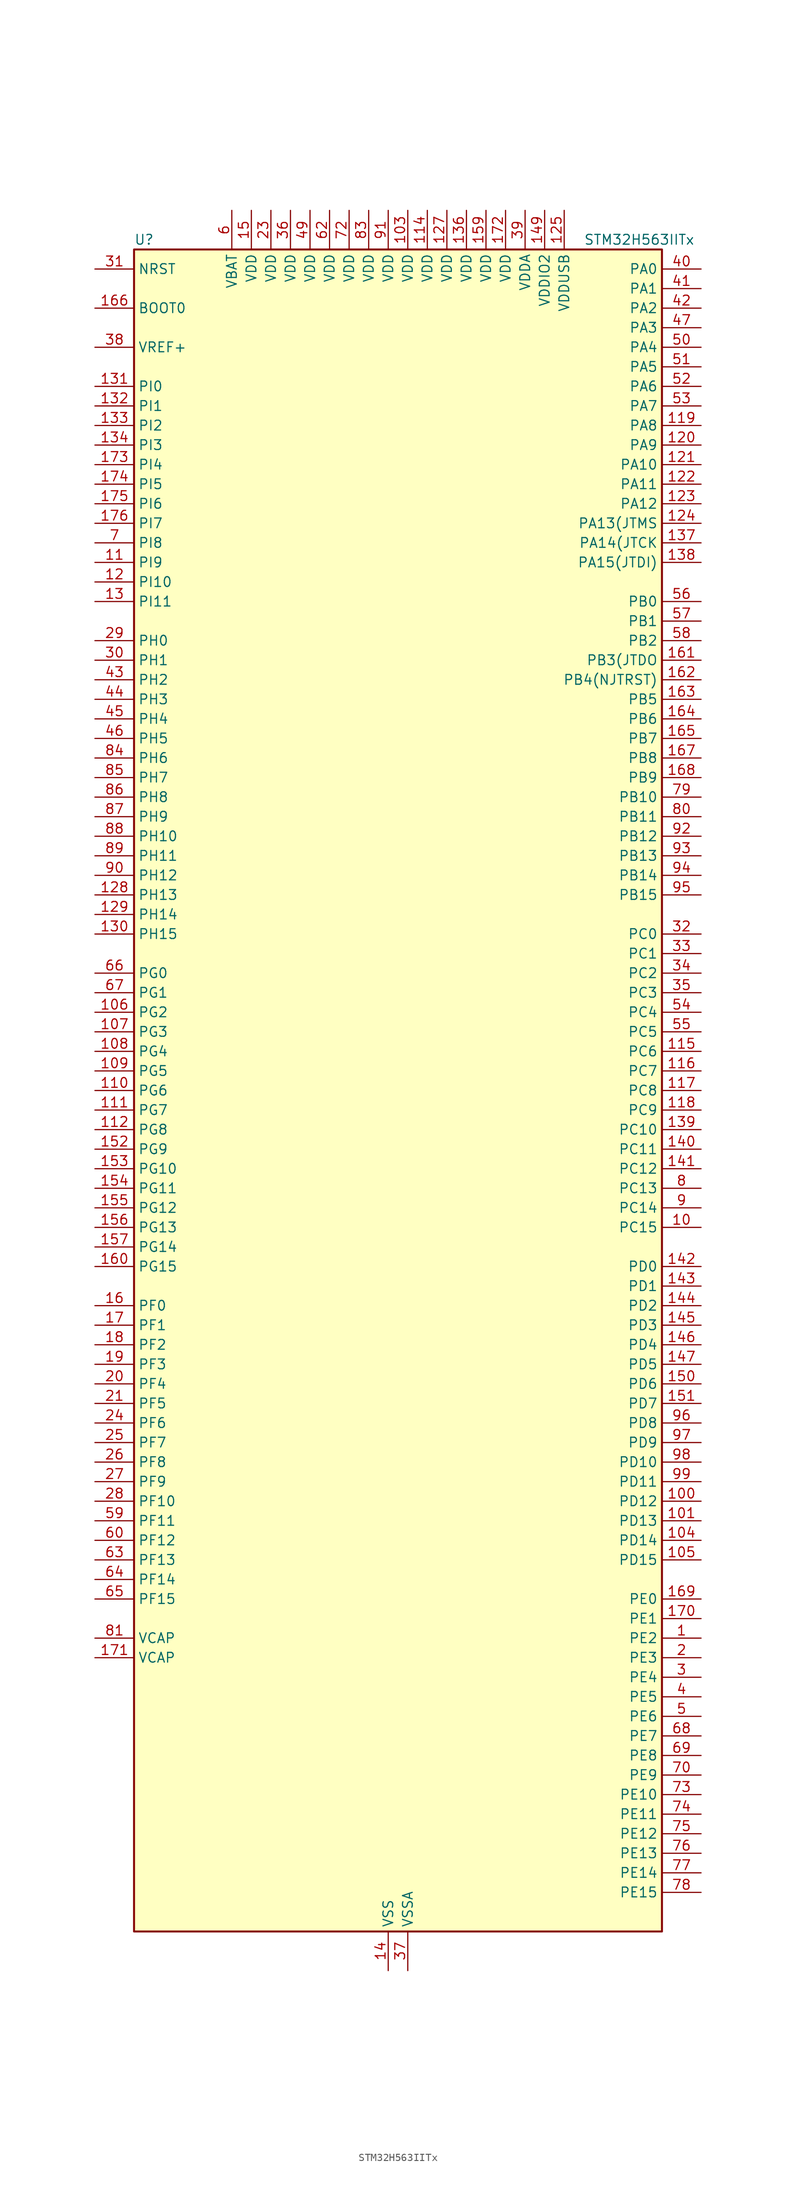
<source format=kicad_sym>
(kicad_symbol_lib
  (version 20231120)
  (generator "kicad-library-utils")
  (generator_version "8.0")
  (symbol "STM32H563IITx"
    (property "Reference" "U"
      (at -33.02 110.49 0)
      (effects (font (size 1.27 1.27)) (justify left)))
    (property "Value" "STM32H563IITx"
      (at 25.4 110.49 0)
      (effects (font (size 1.27 1.27)) (justify left)))
    (symbol "STM32H563IITx_0_1"
      (rectangle (start -33.02 -109.22) (end 35.56 109.22) (stroke (width 0.254) (type default)) (fill (type background))))
    (symbol "STM32H563IITx_1_1"
      (pin bidirectional line (at 40.64 -71.12 180) (length 5.08) (name "PE2" (effects (font (size 1.27 1.27)))) (number "1" (effects (font (size 1.27 1.27)))) (alternate "DCMI_D3" bidirectional line) (alternate "DEBUG_TRACECLK" bidirectional line) (alternate "ETH_TXD3" bidirectional line) (alternate "FMC_A23" bidirectional line) (alternate "LPTIM1_IN2" bidirectional line) (alternate "OCTOSPI1_IO2" bidirectional line) (alternate "PSSI_D3" bidirectional line) (alternate "SAI1_CK1" bidirectional line) (alternate "SAI1_MCLK_A" bidirectional line) (alternate "SPI4_SCK" bidirectional line) (alternate "UART8_TX" bidirectional line) (alternate "USART10_RX" bidirectional line))
      (pin bidirectional line (at 40.64 -17.78 180) (length 5.08) (name "PC15" (effects (font (size 1.27 1.27)))) (number "10" (effects (font (size 1.27 1.27)))) (alternate "ADC1_EXTI15" bidirectional line) (alternate "ADC2_EXTI15" bidirectional line) (alternate "RCC_OSC32_OUT" bidirectional line))
      (pin bidirectional line (at 40.64 -53.34 180) (length 5.08) (name "PD12" (effects (font (size 1.27 1.27)))) (number "100" (effects (font (size 1.27 1.27)))) (alternate "DCMI_D12" bidirectional line) (alternate "FMC_A17" bidirectional line) (alternate "FMC_ALE" bidirectional line) (alternate "I2C4_SCL" bidirectional line) (alternate "I3C1_SCL" bidirectional line) (alternate "LPTIM1_IN1" bidirectional line) (alternate "LPTIM2_IN1" bidirectional line) (alternate "OCTOSPI1_IO1" bidirectional line) (alternate "PSSI_D12" bidirectional line) (alternate "SAI1_D1" bidirectional line) (alternate "SAI2_FS_A" bidirectional line) (alternate "TIM4_CH1" bidirectional line) (alternate "UART4_TX" bidirectional line) (alternate "USART3_RTS" bidirectional line))
      (pin bidirectional line (at 40.64 -55.88 180) (length 5.08) (name "PD13" (effects (font (size 1.27 1.27)))) (number "101" (effects (font (size 1.27 1.27)))) (alternate "DCMI_D13" bidirectional line) (alternate "FMC_A18" bidirectional line) (alternate "I2C4_SDA" bidirectional line) (alternate "I3C1_SDA" bidirectional line) (alternate "LPTIM1_CH1" bidirectional line) (alternate "LPTIM2_CH1" bidirectional line) (alternate "LPTIM4_IN1" bidirectional line) (alternate "OCTOSPI1_IO3" bidirectional line) (alternate "PSSI_D13" bidirectional line) (alternate "SAI2_SCK_A" bidirectional line) (alternate "TIM4_CH2" bidirectional line) (alternate "UART9_RTS" bidirectional line))
      (pin passive line (at 0 -114.3 90) (length 5.08) hide (name "VSS" (effects (font (size 1.27 1.27)))) (number "102" (effects (font (size 1.27 1.27)))))
      (pin power_in line (at 2.54 114.3 270) (length 5.08) (name "VDD" (effects (font (size 1.27 1.27)))) (number "103" (effects (font (size 1.27 1.27)))))
      (pin bidirectional line (at 40.64 -58.42 180) (length 5.08) (name "PD14" (effects (font (size 1.27 1.27)))) (number "104" (effects (font (size 1.27 1.27)))) (alternate "FMC_D0" bidirectional line) (alternate "FMC_DA0" bidirectional line) (alternate "TIM4_CH3" bidirectional line) (alternate "UART8_CTS" bidirectional line) (alternate "UART9_RX" bidirectional line))
      (pin bidirectional line (at 40.64 -60.96 180) (length 5.08) (name "PD15" (effects (font (size 1.27 1.27)))) (number "105" (effects (font (size 1.27 1.27)))) (alternate "ADC1_EXTI15" bidirectional line) (alternate "ADC2_EXTI15" bidirectional line) (alternate "FMC_D1" bidirectional line) (alternate "FMC_DA1" bidirectional line) (alternate "TIM4_CH4" bidirectional line) (alternate "UART8_RTS" bidirectional line) (alternate "UART9_TX" bidirectional line))
      (pin bidirectional line (at -38.1 10.16 0) (length 5.08) (name "PG2" (effects (font (size 1.27 1.27)))) (number "106" (effects (font (size 1.27 1.27)))) (alternate "FMC_A12" bidirectional line) (alternate "LPTIM6_ETR" bidirectional line) (alternate "TIM8_BKIN" bidirectional line) (alternate "UART12_RX" bidirectional line))
      (pin bidirectional line (at -38.1 7.62 0) (length 5.08) (name "PG3" (effects (font (size 1.27 1.27)))) (number "107" (effects (font (size 1.27 1.27)))) (alternate "FMC_A13" bidirectional line) (alternate "LPTIM5_ETR" bidirectional line) (alternate "TIM8_BKIN2" bidirectional line) (alternate "UART12_TX" bidirectional line))
      (pin bidirectional line (at -38.1 5.08 0) (length 5.08) (name "PG4" (effects (font (size 1.27 1.27)))) (number "108" (effects (font (size 1.27 1.27)))) (alternate "FMC_A14" bidirectional line) (alternate "FMC_BA0" bidirectional line) (alternate "LPTIM4_ETR" bidirectional line) (alternate "TIM1_BKIN2" bidirectional line))
      (pin bidirectional line (at -38.1 2.54 0) (length 5.08) (name "PG5" (effects (font (size 1.27 1.27)))) (number "109" (effects (font (size 1.27 1.27)))) (alternate "FMC_A15" bidirectional line) (alternate "FMC_BA1" bidirectional line) (alternate "TIM1_ETR" bidirectional line))
      (pin bidirectional line (at -38.1 68.58 0) (length 5.08) (name "PI9" (effects (font (size 1.27 1.27)))) (number "11" (effects (font (size 1.27 1.27)))) (alternate "DAC1_EXTI9" bidirectional line) (alternate "FDCAN1_RX" bidirectional line) (alternate "UART4_RX" bidirectional line))
      (pin bidirectional line (at -38.1 0 0) (length 5.08) (name "PG6" (effects (font (size 1.27 1.27)))) (number "110" (effects (font (size 1.27 1.27)))) (alternate "DCMI_D12" bidirectional line) (alternate "FMC_NE3" bidirectional line) (alternate "I2C4_SDA" bidirectional line) (alternate "I3C1_SDA" bidirectional line) (alternate "OCTOSPI1_NCS" bidirectional line) (alternate "PSSI_D12" bidirectional line) (alternate "SPI1_RDY" bidirectional line) (alternate "TIM17_BKIN" bidirectional line) (alternate "UCPD1_FRSTX" bidirectional line))
      (pin bidirectional line (at -38.1 -2.54 0) (length 5.08) (name "PG7" (effects (font (size 1.27 1.27)))) (number "111" (effects (font (size 1.27 1.27)))) (alternate "DCMI_D13" bidirectional line) (alternate "FMC_INT" bidirectional line) (alternate "I2C4_SCL" bidirectional line) (alternate "I3C1_SCL" bidirectional line) (alternate "PSSI_D13" bidirectional line) (alternate "SAI1_CK2" bidirectional line) (alternate "SAI1_MCLK_A" bidirectional line) (alternate "UCPD1_FRSTX" bidirectional line) (alternate "USART6_CK" bidirectional line))
      (pin bidirectional line (at -38.1 -5.08 0) (length 5.08) (name "PG8" (effects (font (size 1.27 1.27)))) (number "112" (effects (font (size 1.27 1.27)))) (alternate "ETH_PPS_OUT" bidirectional line) (alternate "FMC_SDCLK" bidirectional line) (alternate "SPI6_NSS" bidirectional line) (alternate "TIM8_ETR" bidirectional line) (alternate "USART6_RTS" bidirectional line))
      (pin passive line (at 0 -114.3 90) (length 5.08) hide (name "VSS" (effects (font (size 1.27 1.27)))) (number "113" (effects (font (size 1.27 1.27)))))
      (pin power_in line (at 5.08 114.3 270) (length 5.08) (name "VDD" (effects (font (size 1.27 1.27)))) (number "114" (effects (font (size 1.27 1.27)))))
      (pin bidirectional line (at 40.64 5.08 180) (length 5.08) (name "PC6" (effects (font (size 1.27 1.27)))) (number "115" (effects (font (size 1.27 1.27)))) (alternate "DCMI_D0" bidirectional line) (alternate "FMC_NWAIT" bidirectional line) (alternate "I2S2_MCK" bidirectional line) (alternate "OCTOSPI1_IO5" bidirectional line) (alternate "PSSI_D0" bidirectional line) (alternate "SAI1_SCK_A" bidirectional line) (alternate "SDMMC1_D0DIR" bidirectional line) (alternate "SDMMC1_D6" bidirectional line) (alternate "SDMMC2_D6" bidirectional line) (alternate "TIM3_CH1" bidirectional line) (alternate "TIM8_CH1" bidirectional line) (alternate "USART6_TX" bidirectional line))
      (pin bidirectional line (at 40.64 2.54 180) (length 5.08) (name "PC7" (effects (font (size 1.27 1.27)))) (number "116" (effects (font (size 1.27 1.27)))) (alternate "DCMI_D1" bidirectional line) (alternate "DEBUG_TRGIO" bidirectional line) (alternate "FMC_NE1" bidirectional line) (alternate "I2S3_MCK" bidirectional line) (alternate "OCTOSPI1_IO6" bidirectional line) (alternate "PSSI_D1" bidirectional line) (alternate "SDMMC1_D123DIR" bidirectional line) (alternate "SDMMC1_D7" bidirectional line) (alternate "SDMMC2_D7" bidirectional line) (alternate "TIM3_CH2" bidirectional line) (alternate "TIM8_CH2" bidirectional line) (alternate "USART6_RX" bidirectional line))
      (pin bidirectional line (at 40.64 0 180) (length 5.08) (name "PC8" (effects (font (size 1.27 1.27)))) (number "117" (effects (font (size 1.27 1.27)))) (alternate "DCMI_D2" bidirectional line) (alternate "DEBUG_TRACED1" bidirectional line) (alternate "FMC_ALE" bidirectional line) (alternate "FMC_INT" bidirectional line) (alternate "FMC_NCE" bidirectional line) (alternate "FMC_NE2" bidirectional line) (alternate "PSSI_D2" bidirectional line) (alternate "SDMMC1_D0" bidirectional line) (alternate "TIM3_CH3" bidirectional line) (alternate "TIM8_CH3" bidirectional line) (alternate "UART5_DE" bidirectional line) (alternate "UART5_RTS" bidirectional line) (alternate "USART6_CK" bidirectional line))
      (pin bidirectional line (at 40.64 -2.54 180) (length 5.08) (name "PC9" (effects (font (size 1.27 1.27)))) (number "118" (effects (font (size 1.27 1.27)))) (alternate "AUDIOCLK" bidirectional line) (alternate "DAC1_EXTI9" bidirectional line) (alternate "DCMI_D3" bidirectional line) (alternate "FMC_CLE" bidirectional line) (alternate "I2C3_SDA" bidirectional line) (alternate "OCTOSPI1_IO0" bidirectional line) (alternate "PSSI_D3" bidirectional line) (alternate "RCC_MCO_2" bidirectional line) (alternate "SDMMC1_D1" bidirectional line) (alternate "TIM3_CH4" bidirectional line) (alternate "TIM8_CH4" bidirectional line) (alternate "UART5_CTS" bidirectional line) (alternate "UCPD1_DB2" bidirectional line))
      (pin bidirectional line (at 40.64 86.36 180) (length 5.08) (name "PA8" (effects (font (size 1.27 1.27)))) (number "119" (effects (font (size 1.27 1.27)))) (alternate "DCMI_D3" bidirectional line) (alternate "FMC_NOE" bidirectional line) (alternate "I2C3_SCL" bidirectional line) (alternate "PSSI_D3" bidirectional line) (alternate "RCC_MCO_1" bidirectional line) (alternate "SPI1_RDY" bidirectional line) (alternate "TIM1_CH1" bidirectional line) (alternate "TIM8_BKIN2" bidirectional line) (alternate "UART7_RX" bidirectional line) (alternate "USART1_CK" bidirectional line) (alternate "USB_SOF" bidirectional line))
      (pin bidirectional line (at -38.1 66.04 0) (length 5.08) (name "PI10" (effects (font (size 1.27 1.27)))) (number "12" (effects (font (size 1.27 1.27)))) (alternate "ETH_RX_ER" bidirectional line) (alternate "FDCAN1_RX" bidirectional line) (alternate "PSSI_D14" bidirectional line))
      (pin bidirectional line (at 40.64 83.82 180) (length 5.08) (name "PA9" (effects (font (size 1.27 1.27)))) (number "120" (effects (font (size 1.27 1.27)))) (alternate "DAC1_EXTI9" bidirectional line) (alternate "DCMI_D0" bidirectional line) (alternate "ETH_TX_ER" bidirectional line) (alternate "FMC_NWE" bidirectional line) (alternate "I2C3_SMBA" bidirectional line) (alternate "I2S2_CK" bidirectional line) (alternate "LPUART1_TX" bidirectional line) (alternate "PSSI_D0" bidirectional line) (alternate "SPI2_SCK" bidirectional line) (alternate "TIM1_CH2" bidirectional line) (alternate "UCPD1_DB1" bidirectional line) (alternate "USART1_TX" bidirectional line))
      (pin bidirectional line (at 40.64 81.28 180) (length 5.08) (name "PA10" (effects (font (size 1.27 1.27)))) (number "121" (effects (font (size 1.27 1.27)))) (alternate "DCMI_D1" bidirectional line) (alternate "FDCAN2_TX" bidirectional line) (alternate "LPTIM2_IN2" bidirectional line) (alternate "LPUART1_RX" bidirectional line) (alternate "PSSI_D1" bidirectional line) (alternate "SDMMC1_D0" bidirectional line) (alternate "TIM1_CH3" bidirectional line) (alternate "UCPD1_FRSTX" bidirectional line) (alternate "USART1_RX" bidirectional line))
      (pin bidirectional line (at 40.64 78.74 180) (length 5.08) (name "PA11" (effects (font (size 1.27 1.27)))) (number "122" (effects (font (size 1.27 1.27)))) (alternate "ADC1_EXTI11" bidirectional line) (alternate "ADC2_EXTI11" bidirectional line) (alternate "FDCAN1_RX" bidirectional line) (alternate "I2S2_WS" bidirectional line) (alternate "LPUART1_CTS" bidirectional line) (alternate "SPI2_NSS" bidirectional line) (alternate "TIM1_CH4" bidirectional line) (alternate "UART4_RX" bidirectional line) (alternate "USART1_CTS" bidirectional line) (alternate "USART1_NSS" bidirectional line) (alternate "USB_DM" bidirectional line))
      (pin bidirectional line (at 40.64 76.2 180) (length 5.08) (name "PA12" (effects (font (size 1.27 1.27)))) (number "123" (effects (font (size 1.27 1.27)))) (alternate "FDCAN1_TX" bidirectional line) (alternate "I2S2_CK" bidirectional line) (alternate "LPUART1_RTS" bidirectional line) (alternate "SAI2_FS_B" bidirectional line) (alternate "SPI2_SCK" bidirectional line) (alternate "TIM1_ETR" bidirectional line) (alternate "UART4_TX" bidirectional line) (alternate "USART1_RTS" bidirectional line) (alternate "USB_DP" bidirectional line))
      (pin bidirectional line (at 40.64 73.66 180) (length 5.08) (name "PA13(JTMS" (effects (font (size 1.27 1.27)))) (number "124" (effects (font (size 1.27 1.27)))) (alternate "DEBUG_JTMS-SWDIO" bidirectional line))
      (pin power_in line (at 22.86 114.3 270) (length 5.08) (name "VDDUSB" (effects (font (size 1.27 1.27)))) (number "125" (effects (font (size 1.27 1.27)))))
      (pin passive line (at 0 -114.3 90) (length 5.08) hide (name "VSS" (effects (font (size 1.27 1.27)))) (number "126" (effects (font (size 1.27 1.27)))))
      (pin power_in line (at 7.62 114.3 270) (length 5.08) (name "VDD" (effects (font (size 1.27 1.27)))) (number "127" (effects (font (size 1.27 1.27)))))
      (pin bidirectional line (at -38.1 25.4 0) (length 5.08) (name "PH13" (effects (font (size 1.27 1.27)))) (number "128" (effects (font (size 1.27 1.27)))) (alternate "DCMI_D3" bidirectional line) (alternate "FDCAN1_TX" bidirectional line) (alternate "LPTIM1_IN2" bidirectional line) (alternate "PSSI_D3" bidirectional line) (alternate "TIM8_CH1N" bidirectional line) (alternate "UART4_TX" bidirectional line) (alternate "UART8_TX" bidirectional line))
      (pin bidirectional line (at -38.1 22.86 0) (length 5.08) (name "PH14" (effects (font (size 1.27 1.27)))) (number "129" (effects (font (size 1.27 1.27)))) (alternate "DCMI_D4" bidirectional line) (alternate "FDCAN1_RX" bidirectional line) (alternate "PSSI_D4" bidirectional line) (alternate "TIM8_CH2N" bidirectional line) (alternate "UART4_RX" bidirectional line))
      (pin bidirectional line (at -38.1 63.5 0) (length 5.08) (name "PI11" (effects (font (size 1.27 1.27)))) (number "13" (effects (font (size 1.27 1.27)))) (alternate "ADC1_EXTI11" bidirectional line) (alternate "ADC2_EXTI11" bidirectional line) (alternate "PSSI_D15" bidirectional line) (alternate "TAMP_IN4" bidirectional line) (alternate "TAMP_OUT5" bidirectional line))
      (pin bidirectional line (at -38.1 20.32 0) (length 5.08) (name "PH15" (effects (font (size 1.27 1.27)))) (number "130" (effects (font (size 1.27 1.27)))) (alternate "ADC1_EXTI15" bidirectional line) (alternate "ADC2_EXTI15" bidirectional line) (alternate "DCMI_D11" bidirectional line) (alternate "PSSI_D11" bidirectional line) (alternate "TIM8_CH3N" bidirectional line))
      (pin bidirectional line (at -38.1 91.44 0) (length 5.08) (name "PI0" (effects (font (size 1.27 1.27)))) (number "131" (effects (font (size 1.27 1.27)))) (alternate "DCMI_D13" bidirectional line) (alternate "I2S2_WS" bidirectional line) (alternate "PSSI_D13" bidirectional line) (alternate "SPI2_NSS" bidirectional line) (alternate "TIM5_CH4" bidirectional line))
      (pin bidirectional line (at -38.1 88.9 0) (length 5.08) (name "PI1" (effects (font (size 1.27 1.27)))) (number "132" (effects (font (size 1.27 1.27)))) (alternate "DCMI_D8" bidirectional line) (alternate "I2S2_CK" bidirectional line) (alternate "PSSI_D8" bidirectional line) (alternate "SPI2_SCK" bidirectional line) (alternate "TIM8_BKIN2" bidirectional line))
      (pin bidirectional line (at -38.1 86.36 0) (length 5.08) (name "PI2" (effects (font (size 1.27 1.27)))) (number "133" (effects (font (size 1.27 1.27)))) (alternate "DCMI_D9" bidirectional line) (alternate "I2S2_SDI" bidirectional line) (alternate "PSSI_D9" bidirectional line) (alternate "SPI2_MISO" bidirectional line) (alternate "TIM8_CH4" bidirectional line))
      (pin bidirectional line (at -38.1 83.82 0) (length 5.08) (name "PI3" (effects (font (size 1.27 1.27)))) (number "134" (effects (font (size 1.27 1.27)))) (alternate "DCMI_D10" bidirectional line) (alternate "I2S2_SDO" bidirectional line) (alternate "PSSI_D10" bidirectional line) (alternate "SPI2_MOSI" bidirectional line) (alternate "TIM8_ETR" bidirectional line))
      (pin passive line (at 0 -114.3 90) (length 5.08) hide (name "VSS" (effects (font (size 1.27 1.27)))) (number "135" (effects (font (size 1.27 1.27)))))
      (pin power_in line (at 10.16 114.3 270) (length 5.08) (name "VDD" (effects (font (size 1.27 1.27)))) (number "136" (effects (font (size 1.27 1.27)))))
      (pin bidirectional line (at 40.64 71.12 180) (length 5.08) (name "PA14(JTCK" (effects (font (size 1.27 1.27)))) (number "137" (effects (font (size 1.27 1.27)))) (alternate "DEBUG_JTCK-SWCLK" bidirectional line))
      (pin bidirectional line (at 40.64 68.58 180) (length 5.08) (name "PA15(JTDI)" (effects (font (size 1.27 1.27)))) (number "138" (effects (font (size 1.27 1.27)))) (alternate "ADC1_EXTI15" bidirectional line) (alternate "ADC2_EXTI15" bidirectional line) (alternate "CEC" bidirectional line) (alternate "DCMI_D11" bidirectional line) (alternate "DEBUG_JTDI" bidirectional line) (alternate "FMC_NBL1" bidirectional line) (alternate "I2S1_WS" bidirectional line) (alternate "I2S3_WS" bidirectional line) (alternate "LPTIM3_IN2" bidirectional line) (alternate "PSSI_D11" bidirectional line) (alternate "SPI1_NSS" bidirectional line) (alternate "SPI3_NSS" bidirectional line) (alternate "SPI6_NSS" bidirectional line) (alternate "TIM2_CH1" bidirectional line) (alternate "TIM2_ETR" bidirectional line) (alternate "UART4_DE" bidirectional line) (alternate "UART4_RTS" bidirectional line) (alternate "UART7_TX" bidirectional line))
      (pin bidirectional line (at 40.64 -5.08 180) (length 5.08) (name "PC10" (effects (font (size 1.27 1.27)))) (number "139" (effects (font (size 1.27 1.27)))) (alternate "DCMI_D8" bidirectional line) (alternate "ETH_TXD0" bidirectional line) (alternate "I2S3_CK" bidirectional line) (alternate "LPTIM3_ETR" bidirectional line) (alternate "OCTOSPI1_IO1" bidirectional line) (alternate "PSSI_D8" bidirectional line) (alternate "SDMMC1_D2" bidirectional line) (alternate "SPI3_SCK" bidirectional line) (alternate "UART4_TX" bidirectional line) (alternate "USART3_TX" bidirectional line))
      (pin power_in line (at 0 -114.3 90) (length 5.08) (name "VSS" (effects (font (size 1.27 1.27)))) (number "14" (effects (font (size 1.27 1.27)))))
      (pin bidirectional line (at 40.64 -7.62 180) (length 5.08) (name "PC11" (effects (font (size 1.27 1.27)))) (number "140" (effects (font (size 1.27 1.27)))) (alternate "ADC1_EXTI11" bidirectional line) (alternate "ADC2_EXTI11" bidirectional line) (alternate "DCMI_D4" bidirectional line) (alternate "I2S3_SDI" bidirectional line) (alternate "LPTIM3_IN1" bidirectional line) (alternate "OCTOSPI1_NCS" bidirectional line) (alternate "PSSI_D4" bidirectional line) (alternate "SDMMC1_D3" bidirectional line) (alternate "SPI3_MISO" bidirectional line) (alternate "UART4_RX" bidirectional line) (alternate "USART3_RX" bidirectional line))
      (pin bidirectional line (at 40.64 -10.16 180) (length 5.08) (name "PC12" (effects (font (size 1.27 1.27)))) (number "141" (effects (font (size 1.27 1.27)))) (alternate "DCMI_D9" bidirectional line) (alternate "DEBUG_TRACED3" bidirectional line) (alternate "I2S3_SDO" bidirectional line) (alternate "PSSI_D9" bidirectional line) (alternate "SDMMC1_CK" bidirectional line) (alternate "SPI3_MOSI" bidirectional line) (alternate "SPI6_SCK" bidirectional line) (alternate "TIM15_CH1" bidirectional line) (alternate "UART5_TX" bidirectional line) (alternate "USART3_CK" bidirectional line))
      (pin bidirectional line (at 40.64 -22.86 180) (length 5.08) (name "PD0" (effects (font (size 1.27 1.27)))) (number "142" (effects (font (size 1.27 1.27)))) (alternate "FDCAN1_RX" bidirectional line) (alternate "FMC_D2" bidirectional line) (alternate "FMC_DA2" bidirectional line) (alternate "TIM8_CH4N" bidirectional line) (alternate "UART4_RX" bidirectional line) (alternate "UART9_CTS" bidirectional line))
      (pin bidirectional line (at 40.64 -25.4 180) (length 5.08) (name "PD1" (effects (font (size 1.27 1.27)))) (number "143" (effects (font (size 1.27 1.27)))) (alternate "FDCAN1_TX" bidirectional line) (alternate "FMC_D3" bidirectional line) (alternate "FMC_DA3" bidirectional line) (alternate "UART4_TX" bidirectional line))
      (pin bidirectional line (at 40.64 -27.94 180) (length 5.08) (name "PD2" (effects (font (size 1.27 1.27)))) (number "144" (effects (font (size 1.27 1.27)))) (alternate "DCMI_D11" bidirectional line) (alternate "DEBUG_TRACED2" bidirectional line) (alternate "LPTIM4_ETR" bidirectional line) (alternate "PSSI_D11" bidirectional line) (alternate "PWR_WKUP7" bidirectional line) (alternate "SDMMC1_CMD" bidirectional line) (alternate "TIM15_BKIN" bidirectional line) (alternate "TIM3_ETR" bidirectional line) (alternate "UART5_RX" bidirectional line))
      (pin bidirectional line (at 40.64 -30.48 180) (length 5.08) (name "PD3" (effects (font (size 1.27 1.27)))) (number "145" (effects (font (size 1.27 1.27)))) (alternate "DCMI_D5" bidirectional line) (alternate "FMC_CLK" bidirectional line) (alternate "I2S2_CK" bidirectional line) (alternate "PSSI_D5" bidirectional line) (alternate "PWR_WKUP8" bidirectional line) (alternate "SPI2_SCK" bidirectional line) (alternate "USART2_CTS" bidirectional line) (alternate "USART2_NSS" bidirectional line))
      (pin bidirectional line (at 40.64 -33.02 180) (length 5.08) (name "PD4" (effects (font (size 1.27 1.27)))) (number "146" (effects (font (size 1.27 1.27)))) (alternate "FMC_NOE" bidirectional line) (alternate "OCTOSPI1_IO4" bidirectional line) (alternate "USART2_RTS" bidirectional line))
      (pin bidirectional line (at 40.64 -35.56 180) (length 5.08) (name "PD5" (effects (font (size 1.27 1.27)))) (number "147" (effects (font (size 1.27 1.27)))) (alternate "FDCAN1_TX" bidirectional line) (alternate "FMC_NWE" bidirectional line) (alternate "OCTOSPI1_IO5" bidirectional line) (alternate "SPI2_RDY" bidirectional line) (alternate "TIM1_CH4N" bidirectional line) (alternate "USART2_TX" bidirectional line))
      (pin passive line (at 0 -114.3 90) (length 5.08) hide (name "VSS" (effects (font (size 1.27 1.27)))) (number "148" (effects (font (size 1.27 1.27)))))
      (pin power_in line (at 20.32 114.3 270) (length 5.08) (name "VDDIO2" (effects (font (size 1.27 1.27)))) (number "149" (effects (font (size 1.27 1.27)))))
      (pin power_in line (at -17.78 114.3 270) (length 5.08) (name "VDD" (effects (font (size 1.27 1.27)))) (number "15" (effects (font (size 1.27 1.27)))))
      (pin bidirectional line (at 40.64 -38.1 180) (length 5.08) (name "PD6" (effects (font (size 1.27 1.27)))) (number "150" (effects (font (size 1.27 1.27)))) (alternate "DCMI_D10" bidirectional line) (alternate "FMC_NWAIT" bidirectional line) (alternate "I2S3_SDO" bidirectional line) (alternate "OCTOSPI1_IO6" bidirectional line) (alternate "PSSI_D10" bidirectional line) (alternate "SAI1_D1" bidirectional line) (alternate "SAI1_SD_A" bidirectional line) (alternate "SDMMC2_CK" bidirectional line) (alternate "SPI3_MOSI" bidirectional line) (alternate "USART2_RX" bidirectional line))
      (pin bidirectional line (at 40.64 -40.64 180) (length 5.08) (name "PD7" (effects (font (size 1.27 1.27)))) (number "151" (effects (font (size 1.27 1.27)))) (alternate "FMC_NCE" bidirectional line) (alternate "FMC_NE1" bidirectional line) (alternate "I2S1_SDO" bidirectional line) (alternate "LPTIM4_OUT" bidirectional line) (alternate "OCTOSPI1_IO7" bidirectional line) (alternate "SDMMC2_CMD" bidirectional line) (alternate "SPI1_MOSI" bidirectional line) (alternate "USART2_CK" bidirectional line))
      (pin bidirectional line (at -38.1 -7.62 0) (length 5.08) (name "PG9" (effects (font (size 1.27 1.27)))) (number "152" (effects (font (size 1.27 1.27)))) (alternate "DAC1_EXTI9" bidirectional line) (alternate "DCMI_VSYNC" bidirectional line) (alternate "FMC_NCE" bidirectional line) (alternate "FMC_NE2" bidirectional line) (alternate "I2S1_SDI" bidirectional line) (alternate "OCTOSPI1_IO6" bidirectional line) (alternate "PSSI_RDY" bidirectional line) (alternate "SAI2_FS_B" bidirectional line) (alternate "SDMMC2_D0" bidirectional line) (alternate "SPI1_MISO" bidirectional line) (alternate "USART6_RX" bidirectional line))
      (pin bidirectional line (at -38.1 -10.16 0) (length 5.08) (name "PG10" (effects (font (size 1.27 1.27)))) (number "153" (effects (font (size 1.27 1.27)))) (alternate "DCMI_D2" bidirectional line) (alternate "FMC_NE3" bidirectional line) (alternate "I2S1_WS" bidirectional line) (alternate "PSSI_D2" bidirectional line) (alternate "SAI2_SD_B" bidirectional line) (alternate "SDMMC2_D1" bidirectional line) (alternate "SPI1_NSS" bidirectional line))
      (pin bidirectional line (at -38.1 -12.7 0) (length 5.08) (name "PG11" (effects (font (size 1.27 1.27)))) (number "154" (effects (font (size 1.27 1.27)))) (alternate "ADC1_EXTI11" bidirectional line) (alternate "ADC2_EXTI11" bidirectional line) (alternate "DCMI_D3" bidirectional line) (alternate "ETH_TX_EN" bidirectional line) (alternate "I2S1_CK" bidirectional line) (alternate "LPTIM1_IN2" bidirectional line) (alternate "PSSI_D3" bidirectional line) (alternate "SDMMC2_D2" bidirectional line) (alternate "SPI1_SCK" bidirectional line) (alternate "USART10_RX" bidirectional line) (alternate "USART11_RTS" bidirectional line))
      (pin bidirectional line (at -38.1 -15.24 0) (length 5.08) (name "PG12" (effects (font (size 1.27 1.27)))) (number "155" (effects (font (size 1.27 1.27)))) (alternate "DCMI_D11" bidirectional line) (alternate "ETH_TXD1" bidirectional line) (alternate "FMC_NE4" bidirectional line) (alternate "LPTIM1_IN1" bidirectional line) (alternate "LPTIM5_CH1" bidirectional line) (alternate "PSSI_D11" bidirectional line) (alternate "PSSI_D15" bidirectional line) (alternate "SDMMC2_D3" bidirectional line) (alternate "SPI6_MISO" bidirectional line) (alternate "USART10_TX" bidirectional line) (alternate "USART6_RTS" bidirectional line))
      (pin bidirectional line (at -38.1 -17.78 0) (length 5.08) (name "PG13" (effects (font (size 1.27 1.27)))) (number "156" (effects (font (size 1.27 1.27)))) (alternate "DEBUG_TRACED0" bidirectional line) (alternate "ETH_TXD0" bidirectional line) (alternate "FMC_A24" bidirectional line) (alternate "LPTIM1_CH1" bidirectional line) (alternate "LPTIM5_CH2" bidirectional line) (alternate "SDMMC2_D6" bidirectional line) (alternate "SPI6_SCK" bidirectional line) (alternate "USART10_CTS" bidirectional line) (alternate "USART10_NSS" bidirectional line) (alternate "USART6_CTS" bidirectional line) (alternate "USART6_NSS" bidirectional line))
      (pin bidirectional line (at -38.1 -20.32 0) (length 5.08) (name "PG14" (effects (font (size 1.27 1.27)))) (number "157" (effects (font (size 1.27 1.27)))) (alternate "DEBUG_TRACED1" bidirectional line) (alternate "ETH_TXD1" bidirectional line) (alternate "FMC_A25" bidirectional line) (alternate "LPTIM1_CH2" bidirectional line) (alternate "LPTIM1_ETR" bidirectional line) (alternate "LPTIM5_IN1" bidirectional line) (alternate "OCTOSPI1_IO7" bidirectional line) (alternate "SDMMC2_D7" bidirectional line) (alternate "SPI6_MOSI" bidirectional line) (alternate "USART10_RTS" bidirectional line) (alternate "USART6_TX" bidirectional line))
      (pin passive line (at 0 -114.3 90) (length 5.08) hide (name "VSS" (effects (font (size 1.27 1.27)))) (number "158" (effects (font (size 1.27 1.27)))))
      (pin power_in line (at 12.7 114.3 270) (length 5.08) (name "VDD" (effects (font (size 1.27 1.27)))) (number "159" (effects (font (size 1.27 1.27)))))
      (pin bidirectional line (at -38.1 -27.94 0) (length 5.08) (name "PF0" (effects (font (size 1.27 1.27)))) (number "16" (effects (font (size 1.27 1.27)))) (alternate "FMC_A0" bidirectional line) (alternate "I2C2_SDA" bidirectional line) (alternate "LPTIM5_CH1" bidirectional line))
      (pin bidirectional line (at -38.1 -22.86 0) (length 5.08) (name "PG15" (effects (font (size 1.27 1.27)))) (number "160" (effects (font (size 1.27 1.27)))) (alternate "ADC1_EXTI15" bidirectional line) (alternate "ADC2_EXTI15" bidirectional line) (alternate "DCMI_D13" bidirectional line) (alternate "FMC_SDNCAS" bidirectional line) (alternate "PSSI_D13" bidirectional line) (alternate "SPI4_RDY" bidirectional line) (alternate "USART10_CK" bidirectional line) (alternate "USART6_CTS" bidirectional line) (alternate "USART6_NSS" bidirectional line))
      (pin bidirectional line (at 40.64 55.88 180) (length 5.08) (name "PB3(JTDO" (effects (font (size 1.27 1.27)))) (number "161" (effects (font (size 1.27 1.27)))) (alternate "CRS_SYNC" bidirectional line) (alternate "DEBUG_JTDO-SWO" bidirectional line) (alternate "I2C2_SDA" bidirectional line) (alternate "I2S1_CK" bidirectional line) (alternate "I2S3_CK" bidirectional line) (alternate "LPTIM6_ETR" bidirectional line) (alternate "SDMMC2_D2" bidirectional line) (alternate "SPI1_SCK" bidirectional line) (alternate "SPI3_SCK" bidirectional line) (alternate "SPI6_SCK" bidirectional line) (alternate "TIM2_CH2" bidirectional line) (alternate "UART12_CTS" bidirectional line) (alternate "UART7_RX" bidirectional line))
      (pin bidirectional line (at 40.64 53.34 180) (length 5.08) (name "PB4(NJTRST)" (effects (font (size 1.27 1.27)))) (number "162" (effects (font (size 1.27 1.27)))) (alternate "DCMI_D7" bidirectional line) (alternate "DEBUG_JTRST" bidirectional line) (alternate "I2S1_SDI" bidirectional line) (alternate "I2S2_WS" bidirectional line) (alternate "I2S3_SDI" bidirectional line) (alternate "LPTIM1_CH2" bidirectional line) (alternate "OCTOSPI1_CLK" bidirectional line) (alternate "PSSI_D7" bidirectional line) (alternate "SDMMC2_D3" bidirectional line) (alternate "SPI1_MISO" bidirectional line) (alternate "SPI2_NSS" bidirectional line) (alternate "SPI3_MISO" bidirectional line) (alternate "SPI6_MISO" bidirectional line) (alternate "TIM16_BKIN" bidirectional line) (alternate "TIM3_CH1" bidirectional line) (alternate "UART7_TX" bidirectional line))
      (pin bidirectional line (at 40.64 50.8 180) (length 5.08) (name "PB5" (effects (font (size 1.27 1.27)))) (number "163" (effects (font (size 1.27 1.27)))) (alternate "DCMI_D10" bidirectional line) (alternate "ETH_PPS_OUT" bidirectional line) (alternate "FDCAN2_RX" bidirectional line) (alternate "FMC_SDCKE1" bidirectional line) (alternate "I2C1_SMBA" bidirectional line) (alternate "I2C4_SMBA" bidirectional line) (alternate "I2S1_SDO" bidirectional line) (alternate "I2S3_SDO" bidirectional line) (alternate "OCTOSPI1_NCLK" bidirectional line) (alternate "PSSI_D10" bidirectional line) (alternate "SPI1_MOSI" bidirectional line) (alternate "SPI3_MOSI" bidirectional line) (alternate "SPI6_MOSI" bidirectional line) (alternate "TIM17_BKIN" bidirectional line) (alternate "TIM3_CH2" bidirectional line) (alternate "UART5_RX" bidirectional line))
      (pin bidirectional line (at 40.64 48.26 180) (length 5.08) (name "PB6" (effects (font (size 1.27 1.27)))) (number "164" (effects (font (size 1.27 1.27)))) (alternate "CEC" bidirectional line) (alternate "DCMI_D5" bidirectional line) (alternate "FDCAN2_TX" bidirectional line) (alternate "FMC_SDNE1" bidirectional line) (alternate "I2C1_SCL" bidirectional line) (alternate "I2C4_SCL" bidirectional line) (alternate "I3C1_SCL" bidirectional line) (alternate "LPUART1_TX" bidirectional line) (alternate "OCTOSPI1_NCS" bidirectional line) (alternate "PSSI_D5" bidirectional line) (alternate "TIM16_CH1N" bidirectional line) (alternate "TIM4_CH1" bidirectional line) (alternate "UART5_TX" bidirectional line) (alternate "USART1_TX" bidirectional line))
      (pin bidirectional line (at 40.64 45.72 180) (length 5.08) (name "PB7" (effects (font (size 1.27 1.27)))) (number "165" (effects (font (size 1.27 1.27)))) (alternate "DCMI_VSYNC" bidirectional line) (alternate "FDCAN1_TX" bidirectional line) (alternate "FMC_NL" bidirectional line) (alternate "I2C1_SDA" bidirectional line) (alternate "I2C4_SDA" bidirectional line) (alternate "I3C1_SDA" bidirectional line) (alternate "LPUART1_RX" bidirectional line) (alternate "PSSI_RDY" bidirectional line) (alternate "PWR_WKUP5" bidirectional line) (alternate "SDMMC2_CKIN" bidirectional line) (alternate "SDMMC2_D5" bidirectional line) (alternate "TIM17_CH1N" bidirectional line) (alternate "TIM4_CH2" bidirectional line) (alternate "USART1_RX" bidirectional line))
      (pin input line (at -38.1 101.6 0) (length 5.08) (name "BOOT0" (effects (font (size 1.27 1.27)))) (number "166" (effects (font (size 1.27 1.27)))))
      (pin bidirectional line (at 40.64 43.18 180) (length 5.08) (name "PB8" (effects (font (size 1.27 1.27)))) (number "167" (effects (font (size 1.27 1.27)))) (alternate "DCMI_D6" bidirectional line) (alternate "ETH_TXD3" bidirectional line) (alternate "FDCAN1_RX" bidirectional line) (alternate "I2C1_SCL" bidirectional line) (alternate "I2C4_SCL" bidirectional line) (alternate "I3C1_SCL" bidirectional line) (alternate "PSSI_D6" bidirectional line) (alternate "SDMMC1_CKIN" bidirectional line) (alternate "SDMMC1_D4" bidirectional line) (alternate "SDMMC2_D4" bidirectional line) (alternate "SPI4_RDY" bidirectional line) (alternate "TIM16_CH1" bidirectional line) (alternate "TIM4_CH3" bidirectional line) (alternate "UART4_RX" bidirectional line))
      (pin bidirectional line (at 40.64 40.64 180) (length 5.08) (name "PB9" (effects (font (size 1.27 1.27)))) (number "168" (effects (font (size 1.27 1.27)))) (alternate "DAC1_EXTI9" bidirectional line) (alternate "DCMI_D7" bidirectional line) (alternate "FDCAN1_TX" bidirectional line) (alternate "I2C1_SDA" bidirectional line) (alternate "I2C4_SDA" bidirectional line) (alternate "I2S2_WS" bidirectional line) (alternate "I3C1_SDA" bidirectional line) (alternate "PSSI_D7" bidirectional line) (alternate "SDMMC1_CDIR" bidirectional line) (alternate "SDMMC1_D5" bidirectional line) (alternate "SDMMC2_CKIN" bidirectional line) (alternate "SDMMC2_D5" bidirectional line) (alternate "SPI2_NSS" bidirectional line) (alternate "TIM17_CH1" bidirectional line) (alternate "TIM4_CH4" bidirectional line) (alternate "UART4_TX" bidirectional line))
      (pin bidirectional line (at 40.64 -66.04 180) (length 5.08) (name "PE0" (effects (font (size 1.27 1.27)))) (number "169" (effects (font (size 1.27 1.27)))) (alternate "DCMI_D2" bidirectional line) (alternate "FDCAN1_RX" bidirectional line) (alternate "FMC_NBL0" bidirectional line) (alternate "LPTIM1_ETR" bidirectional line) (alternate "LPTIM2_CH2" bidirectional line) (alternate "LPTIM2_ETR" bidirectional line) (alternate "PSSI_D2" bidirectional line) (alternate "SAI2_MCLK_A" bidirectional line) (alternate "SPI3_RDY" bidirectional line) (alternate "TIM4_ETR" bidirectional line) (alternate "UART8_RX" bidirectional line))
      (pin bidirectional line (at -38.1 -30.48 0) (length 5.08) (name "PF1" (effects (font (size 1.27 1.27)))) (number "17" (effects (font (size 1.27 1.27)))) (alternate "FMC_A1" bidirectional line) (alternate "I2C2_SCL" bidirectional line) (alternate "LPTIM5_CH2" bidirectional line))
      (pin bidirectional line (at 40.64 -68.58 180) (length 5.08) (name "PE1" (effects (font (size 1.27 1.27)))) (number "170" (effects (font (size 1.27 1.27)))) (alternate "DCMI_D3" bidirectional line) (alternate "FDCAN1_TX" bidirectional line) (alternate "FMC_NBL1" bidirectional line) (alternate "LPTIM1_IN2" bidirectional line) (alternate "PSSI_D3" bidirectional line) (alternate "UART8_TX" bidirectional line))
      (pin power_out line (at -38.1 -73.66 0) (length 5.08) (name "VCAP" (effects (font (size 1.27 1.27)))) (number "171" (effects (font (size 1.27 1.27)))))
      (pin power_in line (at 15.24 114.3 270) (length 5.08) (name "VDD" (effects (font (size 1.27 1.27)))) (number "172" (effects (font (size 1.27 1.27)))))
      (pin bidirectional line (at -38.1 81.28 0) (length 5.08) (name "PI4" (effects (font (size 1.27 1.27)))) (number "173" (effects (font (size 1.27 1.27)))) (alternate "DCMI_D5" bidirectional line) (alternate "PSSI_D5" bidirectional line) (alternate "SAI2_MCLK_A" bidirectional line) (alternate "SPI2_RDY" bidirectional line) (alternate "TIM8_BKIN" bidirectional line))
      (pin bidirectional line (at -38.1 78.74 0) (length 5.08) (name "PI5" (effects (font (size 1.27 1.27)))) (number "174" (effects (font (size 1.27 1.27)))) (alternate "DCMI_VSYNC" bidirectional line) (alternate "PSSI_RDY" bidirectional line) (alternate "SAI2_SCK_A" bidirectional line) (alternate "TIM8_CH1" bidirectional line))
      (pin bidirectional line (at -38.1 76.2 0) (length 5.08) (name "PI6" (effects (font (size 1.27 1.27)))) (number "175" (effects (font (size 1.27 1.27)))) (alternate "DCMI_D6" bidirectional line) (alternate "PSSI_D6" bidirectional line) (alternate "SAI2_SD_A" bidirectional line) (alternate "TIM8_CH2" bidirectional line))
      (pin bidirectional line (at -38.1 73.66 0) (length 5.08) (name "PI7" (effects (font (size 1.27 1.27)))) (number "176" (effects (font (size 1.27 1.27)))) (alternate "DCMI_D7" bidirectional line) (alternate "PSSI_D7" bidirectional line) (alternate "SAI2_FS_A" bidirectional line) (alternate "TIM8_CH3" bidirectional line))
      (pin bidirectional line (at -38.1 -33.02 0) (length 5.08) (name "PF2" (effects (font (size 1.27 1.27)))) (number "18" (effects (font (size 1.27 1.27)))) (alternate "FMC_A2" bidirectional line) (alternate "I2C2_SMBA" bidirectional line) (alternate "LPTIM3_CH2" bidirectional line) (alternate "LPTIM3_IN2" bidirectional line) (alternate "LPTIM5_IN1" bidirectional line) (alternate "UART12_TX" bidirectional line) (alternate "USART11_CK" bidirectional line))
      (pin bidirectional line (at -38.1 -35.56 0) (length 5.08) (name "PF3" (effects (font (size 1.27 1.27)))) (number "19" (effects (font (size 1.27 1.27)))) (alternate "FMC_A3" bidirectional line) (alternate "LPTIM3_IN1" bidirectional line) (alternate "LPTIM5_IN2" bidirectional line) (alternate "USART11_TX" bidirectional line))
      (pin bidirectional line (at 40.64 -73.66 180) (length 5.08) (name "PE3" (effects (font (size 1.27 1.27)))) (number "2" (effects (font (size 1.27 1.27)))) (alternate "DEBUG_TRACED0" bidirectional line) (alternate "FMC_A19" bidirectional line) (alternate "SAI1_SD_B" bidirectional line) (alternate "TAMP_IN6" bidirectional line) (alternate "TAMP_OUT3" bidirectional line) (alternate "TIM15_BKIN" bidirectional line) (alternate "USART10_TX" bidirectional line))
      (pin bidirectional line (at -38.1 -38.1 0) (length 5.08) (name "PF4" (effects (font (size 1.27 1.27)))) (number "20" (effects (font (size 1.27 1.27)))) (alternate "FMC_A4" bidirectional line) (alternate "LPTIM3_ETR" bidirectional line) (alternate "USART11_RX" bidirectional line))
      (pin bidirectional line (at -38.1 -40.64 0) (length 5.08) (name "PF5" (effects (font (size 1.27 1.27)))) (number "21" (effects (font (size 1.27 1.27)))) (alternate "FMC_A5" bidirectional line) (alternate "I2C4_SCL" bidirectional line) (alternate "I3C1_SCL" bidirectional line) (alternate "LPTIM3_CH1" bidirectional line) (alternate "LPTIM3_IN1" bidirectional line) (alternate "UART12_RX" bidirectional line) (alternate "USART11_CTS" bidirectional line) (alternate "USART11_NSS" bidirectional line))
      (pin passive line (at 0 -114.3 90) (length 5.08) hide (name "VSS" (effects (font (size 1.27 1.27)))) (number "22" (effects (font (size 1.27 1.27)))))
      (pin power_in line (at -15.24 114.3 270) (length 5.08) (name "VDD" (effects (font (size 1.27 1.27)))) (number "23" (effects (font (size 1.27 1.27)))))
      (pin bidirectional line (at -38.1 -43.18 0) (length 5.08) (name "PF6" (effects (font (size 1.27 1.27)))) (number "24" (effects (font (size 1.27 1.27)))) (alternate "LPTIM5_CH1" bidirectional line) (alternate "OCTOSPI1_IO3" bidirectional line) (alternate "SAI1_SD_B" bidirectional line) (alternate "SPI5_NSS" bidirectional line) (alternate "TIM16_CH1" bidirectional line) (alternate "UART7_RX" bidirectional line))
      (pin bidirectional line (at -38.1 -45.72 0) (length 5.08) (name "PF7" (effects (font (size 1.27 1.27)))) (number "25" (effects (font (size 1.27 1.27)))) (alternate "LPTIM5_CH2" bidirectional line) (alternate "OCTOSPI1_IO2" bidirectional line) (alternate "SAI1_MCLK_B" bidirectional line) (alternate "SPI5_SCK" bidirectional line) (alternate "TIM17_CH1" bidirectional line) (alternate "UART7_TX" bidirectional line))
      (pin bidirectional line (at -38.1 -48.26 0) (length 5.08) (name "PF8" (effects (font (size 1.27 1.27)))) (number "26" (effects (font (size 1.27 1.27)))) (alternate "LPTIM5_IN1" bidirectional line) (alternate "OCTOSPI1_IO0" bidirectional line) (alternate "SAI1_SCK_B" bidirectional line) (alternate "SPI5_MISO" bidirectional line) (alternate "TIM13_CH1" bidirectional line) (alternate "TIM16_CH1N" bidirectional line) (alternate "UART7_RTS" bidirectional line))
      (pin bidirectional line (at -38.1 -50.8 0) (length 5.08) (name "PF9" (effects (font (size 1.27 1.27)))) (number "27" (effects (font (size 1.27 1.27)))) (alternate "DAC1_EXTI9" bidirectional line) (alternate "LPTIM5_IN2" bidirectional line) (alternate "OCTOSPI1_IO1" bidirectional line) (alternate "SAI1_FS_B" bidirectional line) (alternate "SPI5_MOSI" bidirectional line) (alternate "TIM14_CH1" bidirectional line) (alternate "TIM17_CH1N" bidirectional line) (alternate "UART7_CTS" bidirectional line))
      (pin bidirectional line (at -38.1 -53.34 0) (length 5.08) (name "PF10" (effects (font (size 1.27 1.27)))) (number "28" (effects (font (size 1.27 1.27)))) (alternate "DCMI_D11" bidirectional line) (alternate "OCTOSPI1_CLK" bidirectional line) (alternate "PSSI_D11" bidirectional line) (alternate "PSSI_D15" bidirectional line) (alternate "SAI1_D3" bidirectional line) (alternate "TIM16_BKIN" bidirectional line))
      (pin bidirectional line (at -38.1 58.42 0) (length 5.08) (name "PH0" (effects (font (size 1.27 1.27)))) (number "29" (effects (font (size 1.27 1.27)))) (alternate "RCC_OSC_IN" bidirectional line))
      (pin bidirectional line (at 40.64 -76.2 180) (length 5.08) (name "PE4" (effects (font (size 1.27 1.27)))) (number "3" (effects (font (size 1.27 1.27)))) (alternate "DCMI_D4" bidirectional line) (alternate "DEBUG_TRACED1" bidirectional line) (alternate "FMC_A20" bidirectional line) (alternate "PSSI_D4" bidirectional line) (alternate "SAI1_D2" bidirectional line) (alternate "SAI1_FS_A" bidirectional line) (alternate "SPI4_NSS" bidirectional line) (alternate "TAMP_IN7" bidirectional line) (alternate "TAMP_OUT8" bidirectional line) (alternate "TIM15_CH1N" bidirectional line))
      (pin bidirectional line (at -38.1 55.88 0) (length 5.08) (name "PH1" (effects (font (size 1.27 1.27)))) (number "30" (effects (font (size 1.27 1.27)))) (alternate "RCC_OSC_OUT" bidirectional line))
      (pin input line (at -38.1 106.68 0) (length 5.08) (name "NRST" (effects (font (size 1.27 1.27)))) (number "31" (effects (font (size 1.27 1.27)))))
      (pin bidirectional line (at 40.64 20.32 180) (length 5.08) (name "PC0" (effects (font (size 1.27 1.27)))) (number "32" (effects (font (size 1.27 1.27)))) (alternate "ADC1_INP10" bidirectional line) (alternate "ADC2_INP10" bidirectional line) (alternate "FMC_A25" bidirectional line) (alternate "FMC_SDNWE" bidirectional line) (alternate "OCTOSPI1_IO7" bidirectional line) (alternate "SAI1_MCLK_A" bidirectional line) (alternate "SAI2_FS_B" bidirectional line) (alternate "SPI2_RDY" bidirectional line) (alternate "TIM16_BKIN" bidirectional line))
      (pin bidirectional line (at 40.64 17.78 180) (length 5.08) (name "PC1" (effects (font (size 1.27 1.27)))) (number "33" (effects (font (size 1.27 1.27)))) (alternate "ADC1_INN10" bidirectional line) (alternate "ADC1_INP11" bidirectional line) (alternate "ADC2_INN10" bidirectional line) (alternate "ADC2_INP11" bidirectional line) (alternate "DEBUG_TRACED0" bidirectional line) (alternate "ETH_MDC" bidirectional line) (alternate "I2S2_SDO" bidirectional line) (alternate "OCTOSPI1_IO4" bidirectional line) (alternate "PWR_WKUP6" bidirectional line) (alternate "SAI1_D1" bidirectional line) (alternate "SAI1_SD_A" bidirectional line) (alternate "SAI2_SD_A" bidirectional line) (alternate "SDMMC2_CK" bidirectional line) (alternate "SPI2_MOSI" bidirectional line) (alternate "TAMP_IN3" bidirectional line) (alternate "TAMP_OUT5" bidirectional line) (alternate "USART11_RTS" bidirectional line))
      (pin bidirectional line (at 40.64 15.24 180) (length 5.08) (name "PC2" (effects (font (size 1.27 1.27)))) (number "34" (effects (font (size 1.27 1.27)))) (alternate "ADC1_INN11" bidirectional line) (alternate "ADC1_INP12" bidirectional line) (alternate "ADC2_INN11" bidirectional line) (alternate "ADC2_INP12" bidirectional line) (alternate "ETH_TXD2" bidirectional line) (alternate "FMC_SDNE0" bidirectional line) (alternate "I2S2_SDI" bidirectional line) (alternate "OCTOSPI1_IO2" bidirectional line) (alternate "OCTOSPI1_IO5" bidirectional line) (alternate "PWR_CSLEEP" bidirectional line) (alternate "SPI2_MISO" bidirectional line) (alternate "TIM17_CH1" bidirectional line) (alternate "TIM4_CH4" bidirectional line))
      (pin bidirectional line (at 40.64 12.7 180) (length 5.08) (name "PC3" (effects (font (size 1.27 1.27)))) (number "35" (effects (font (size 1.27 1.27)))) (alternate "ADC1_INN12" bidirectional line) (alternate "ADC1_INP13" bidirectional line) (alternate "ADC2_INN12" bidirectional line) (alternate "ADC2_INP13" bidirectional line) (alternate "ETH_TX_CLK" bidirectional line) (alternate "FMC_SDCKE0" bidirectional line) (alternate "I2S2_SDO" bidirectional line) (alternate "LPTIM3_CH1" bidirectional line) (alternate "OCTOSPI1_IO0" bidirectional line) (alternate "OCTOSPI1_IO6" bidirectional line) (alternate "PWR_CSTOP" bidirectional line) (alternate "SAI1_D3" bidirectional line) (alternate "SPI2_MOSI" bidirectional line))
      (pin power_in line (at -12.7 114.3 270) (length 5.08) (name "VDD" (effects (font (size 1.27 1.27)))) (number "36" (effects (font (size 1.27 1.27)))))
      (pin power_in line (at 2.54 -114.3 90) (length 5.08) (name "VSSA" (effects (font (size 1.27 1.27)))) (number "37" (effects (font (size 1.27 1.27)))))
      (pin input line (at -38.1 96.52 0) (length 5.08) (name "VREF+" (effects (font (size 1.27 1.27)))) (number "38" (effects (font (size 1.27 1.27)))))
      (pin power_in line (at 17.78 114.3 270) (length 5.08) (name "VDDA" (effects (font (size 1.27 1.27)))) (number "39" (effects (font (size 1.27 1.27)))))
      (pin bidirectional line (at 40.64 -78.74 180) (length 5.08) (name "PE5" (effects (font (size 1.27 1.27)))) (number "4" (effects (font (size 1.27 1.27)))) (alternate "DCMI_D6" bidirectional line) (alternate "DEBUG_TRACED2" bidirectional line) (alternate "FMC_A21" bidirectional line) (alternate "PSSI_D6" bidirectional line) (alternate "SAI1_CK2" bidirectional line) (alternate "SAI1_SCK_A" bidirectional line) (alternate "SPI4_MISO" bidirectional line) (alternate "TAMP_IN8" bidirectional line) (alternate "TAMP_OUT7" bidirectional line) (alternate "TIM15_CH1" bidirectional line))
      (pin bidirectional line (at 40.64 106.68 180) (length 5.08) (name "PA0" (effects (font (size 1.27 1.27)))) (number "40" (effects (font (size 1.27 1.27)))) (alternate "ADC1_INN1" bidirectional line) (alternate "ADC1_INP0" bidirectional line) (alternate "ADC2_INN1" bidirectional line) (alternate "ADC2_INP0" bidirectional line) (alternate "ETH_CRS" bidirectional line) (alternate "PWR_WKUP1" bidirectional line) (alternate "SAI2_SD_B" bidirectional line) (alternate "SDMMC2_CMD" bidirectional line) (alternate "SPI3_RDY" bidirectional line) (alternate "SPI6_NSS" bidirectional line) (alternate "TAMP_IN2" bidirectional line) (alternate "TAMP_OUT1" bidirectional line) (alternate "TIM15_BKIN" bidirectional line) (alternate "TIM2_CH1" bidirectional line) (alternate "TIM2_ETR" bidirectional line) (alternate "TIM5_CH1" bidirectional line) (alternate "TIM8_ETR" bidirectional line) (alternate "UART4_TX" bidirectional line) (alternate "USART2_CTS" bidirectional line) (alternate "USART2_NSS" bidirectional line))
      (pin bidirectional line (at 40.64 104.14 180) (length 5.08) (name "PA1" (effects (font (size 1.27 1.27)))) (number "41" (effects (font (size 1.27 1.27)))) (alternate "ADC1_INP1" bidirectional line) (alternate "ADC2_INP1" bidirectional line) (alternate "ETH_REF_CLK" bidirectional line) (alternate "ETH_RX_CLK" bidirectional line) (alternate "LPTIM1_IN1" bidirectional line) (alternate "OCTOSPI1_DQS" bidirectional line) (alternate "OCTOSPI1_IO3" bidirectional line) (alternate "SAI2_MCLK_B" bidirectional line) (alternate "TAMP_IN5" bidirectional line) (alternate "TAMP_OUT4" bidirectional line) (alternate "TIM15_CH1N" bidirectional line) (alternate "TIM2_CH2" bidirectional line) (alternate "TIM5_CH2" bidirectional line) (alternate "UART4_RX" bidirectional line) (alternate "USART2_RTS" bidirectional line))
      (pin bidirectional line (at 40.64 101.6 180) (length 5.08) (name "PA2" (effects (font (size 1.27 1.27)))) (number "42" (effects (font (size 1.27 1.27)))) (alternate "ADC1_INP14" bidirectional line) (alternate "ADC2_INP14" bidirectional line) (alternate "ETH_MDIO" bidirectional line) (alternate "LPTIM1_IN2" bidirectional line) (alternate "PWR_WKUP2" bidirectional line) (alternate "SAI2_SCK_B" bidirectional line) (alternate "TAMP_IN4" bidirectional line) (alternate "TAMP_OUT3" bidirectional line) (alternate "TIM15_CH1" bidirectional line) (alternate "TIM2_CH3" bidirectional line) (alternate "TIM5_CH3" bidirectional line) (alternate "USART2_TX" bidirectional line))
      (pin bidirectional line (at -38.1 53.34 0) (length 5.08) (name "PH2" (effects (font (size 1.27 1.27)))) (number "43" (effects (font (size 1.27 1.27)))) (alternate "ETH_CRS" bidirectional line) (alternate "FMC_SDCKE0" bidirectional line) (alternate "LPTIM1_IN2" bidirectional line) (alternate "OCTOSPI1_IO4" bidirectional line) (alternate "SAI2_SCK_B" bidirectional line))
      (pin bidirectional line (at -38.1 50.8 0) (length 5.08) (name "PH3" (effects (font (size 1.27 1.27)))) (number "44" (effects (font (size 1.27 1.27)))) (alternate "ETH_COL" bidirectional line) (alternate "FMC_SDNE0" bidirectional line) (alternate "OCTOSPI1_IO5" bidirectional line) (alternate "SAI2_MCLK_B" bidirectional line))
      (pin bidirectional line (at -38.1 48.26 0) (length 5.08) (name "PH4" (effects (font (size 1.27 1.27)))) (number "45" (effects (font (size 1.27 1.27)))) (alternate "I2C2_SCL" bidirectional line) (alternate "PSSI_D14" bidirectional line) (alternate "SPI5_RDY" bidirectional line) (alternate "SPI6_RDY" bidirectional line))
      (pin bidirectional line (at -38.1 45.72 0) (length 5.08) (name "PH5" (effects (font (size 1.27 1.27)))) (number "46" (effects (font (size 1.27 1.27)))) (alternate "FMC_SDNWE" bidirectional line) (alternate "I2C2_SDA" bidirectional line) (alternate "SPI5_NSS" bidirectional line) (alternate "SPI6_RDY" bidirectional line))
      (pin bidirectional line (at 40.64 99.06 180) (length 5.08) (name "PA3" (effects (font (size 1.27 1.27)))) (number "47" (effects (font (size 1.27 1.27)))) (alternate "ADC1_INP15" bidirectional line) (alternate "ADC2_INP15" bidirectional line) (alternate "ETH_COL" bidirectional line) (alternate "I2S2_WS" bidirectional line) (alternate "OCTOSPI1_CLK" bidirectional line) (alternate "SAI1_SD_B" bidirectional line) (alternate "SPI2_NSS" bidirectional line) (alternate "TIM15_CH2" bidirectional line) (alternate "TIM2_CH4" bidirectional line) (alternate "TIM5_CH4" bidirectional line) (alternate "USART2_RX" bidirectional line))
      (pin passive line (at 0 -114.3 90) (length 5.08) hide (name "VSS" (effects (font (size 1.27 1.27)))) (number "48" (effects (font (size 1.27 1.27)))))
      (pin power_in line (at -10.16 114.3 270) (length 5.08) (name "VDD" (effects (font (size 1.27 1.27)))) (number "49" (effects (font (size 1.27 1.27)))))
      (pin bidirectional line (at 40.64 -81.28 180) (length 5.08) (name "PE6" (effects (font (size 1.27 1.27)))) (number "5" (effects (font (size 1.27 1.27)))) (alternate "DCMI_D7" bidirectional line) (alternate "DEBUG_TRACED3" bidirectional line) (alternate "FMC_A22" bidirectional line) (alternate "PSSI_D7" bidirectional line) (alternate "SAI1_D1" bidirectional line) (alternate "SAI1_SD_A" bidirectional line) (alternate "SAI2_MCLK_B" bidirectional line) (alternate "SPI4_MOSI" bidirectional line) (alternate "TAMP_IN3" bidirectional line) (alternate "TAMP_OUT6" bidirectional line) (alternate "TIM15_CH2" bidirectional line) (alternate "TIM1_BKIN2" bidirectional line))
      (pin bidirectional line (at 40.64 96.52 180) (length 5.08) (name "PA4" (effects (font (size 1.27 1.27)))) (number "50" (effects (font (size 1.27 1.27)))) (alternate "ADC1_INP18" bidirectional line) (alternate "ADC2_INP18" bidirectional line) (alternate "DAC1_OUT1" bidirectional line) (alternate "DCMI_HSYNC" bidirectional line) (alternate "I2S1_WS" bidirectional line) (alternate "I2S3_WS" bidirectional line) (alternate "LPTIM2_CH1" bidirectional line) (alternate "PSSI_DE" bidirectional line) (alternate "SPI1_NSS" bidirectional line) (alternate "SPI3_NSS" bidirectional line) (alternate "SPI6_NSS" bidirectional line) (alternate "TIM5_ETR" bidirectional line) (alternate "USART2_CK" bidirectional line))
      (pin bidirectional line (at 40.64 93.98 180) (length 5.08) (name "PA5" (effects (font (size 1.27 1.27)))) (number "51" (effects (font (size 1.27 1.27)))) (alternate "ADC1_INN18" bidirectional line) (alternate "ADC1_INP19" bidirectional line) (alternate "ADC2_INN18" bidirectional line) (alternate "ADC2_INP19" bidirectional line) (alternate "DAC1_OUT2" bidirectional line) (alternate "ETH_TX_EN" bidirectional line) (alternate "I2S1_CK" bidirectional line) (alternate "PSSI_D14" bidirectional line) (alternate "SPI1_SCK" bidirectional line) (alternate "SPI6_SCK" bidirectional line) (alternate "TIM2_CH1" bidirectional line) (alternate "TIM2_ETR" bidirectional line) (alternate "TIM8_CH1N" bidirectional line))
      (pin bidirectional line (at 40.64 91.44 180) (length 5.08) (name "PA6" (effects (font (size 1.27 1.27)))) (number "52" (effects (font (size 1.27 1.27)))) (alternate "ADC1_INP3" bidirectional line) (alternate "ADC2_INP3" bidirectional line) (alternate "DCMI_PIXCLK" bidirectional line) (alternate "I2S1_SDI" bidirectional line) (alternate "OCTOSPI1_IO3" bidirectional line) (alternate "PSSI_PDCK" bidirectional line) (alternate "SPI1_MISO" bidirectional line) (alternate "SPI6_MISO" bidirectional line) (alternate "TIM13_CH1" bidirectional line) (alternate "TIM1_BKIN" bidirectional line) (alternate "TIM3_CH1" bidirectional line) (alternate "TIM8_BKIN" bidirectional line) (alternate "USART11_TX" bidirectional line))
      (pin bidirectional line (at 40.64 88.9 180) (length 5.08) (name "PA7" (effects (font (size 1.27 1.27)))) (number "53" (effects (font (size 1.27 1.27)))) (alternate "ADC1_INN3" bidirectional line) (alternate "ADC1_INP7" bidirectional line) (alternate "ADC2_INN3" bidirectional line) (alternate "ADC2_INP7" bidirectional line) (alternate "ETH_CRS_DV" bidirectional line) (alternate "ETH_RX_DV" bidirectional line) (alternate "FMC_NWE" bidirectional line) (alternate "FMC_SDNWE" bidirectional line) (alternate "I2S1_SDO" bidirectional line) (alternate "OCTOSPI1_IO2" bidirectional line) (alternate "SPI1_MOSI" bidirectional line) (alternate "SPI6_MOSI" bidirectional line) (alternate "TIM14_CH1" bidirectional line) (alternate "TIM1_CH1N" bidirectional line) (alternate "TIM3_CH2" bidirectional line) (alternate "TIM8_CH1N" bidirectional line) (alternate "USART11_RX" bidirectional line))
      (pin bidirectional line (at 40.64 10.16 180) (length 5.08) (name "PC4" (effects (font (size 1.27 1.27)))) (number "54" (effects (font (size 1.27 1.27)))) (alternate "ADC1_INP4" bidirectional line) (alternate "ADC2_INP4" bidirectional line) (alternate "ETH_RXD0" bidirectional line) (alternate "FMC_SDNE0" bidirectional line) (alternate "I2S1_MCK" bidirectional line) (alternate "LPTIM2_ETR" bidirectional line) (alternate "SAI1_CK1" bidirectional line) (alternate "TIM2_CH4" bidirectional line) (alternate "USART3_RX" bidirectional line))
      (pin bidirectional line (at 40.64 7.62 180) (length 5.08) (name "PC5" (effects (font (size 1.27 1.27)))) (number "55" (effects (font (size 1.27 1.27)))) (alternate "ADC1_INN4" bidirectional line) (alternate "ADC1_INP8" bidirectional line) (alternate "ADC2_INN4" bidirectional line) (alternate "ADC2_INP8" bidirectional line) (alternate "ETH_RXD1" bidirectional line) (alternate "FMC_SDCKE0" bidirectional line) (alternate "OCTOSPI1_DQS" bidirectional line) (alternate "PSSI_D15" bidirectional line) (alternate "SAI1_D3" bidirectional line) (alternate "SAI1_FS_A" bidirectional line) (alternate "TIM1_CH4N" bidirectional line) (alternate "UART12_RTS" bidirectional line))
      (pin bidirectional line (at 40.64 63.5 180) (length 5.08) (name "PB0" (effects (font (size 1.27 1.27)))) (number "56" (effects (font (size 1.27 1.27)))) (alternate "ADC1_INN5" bidirectional line) (alternate "ADC1_INP9" bidirectional line) (alternate "ADC2_INN5" bidirectional line) (alternate "ADC2_INP9" bidirectional line) (alternate "ETH_RXD2" bidirectional line) (alternate "LPTIM3_CH1" bidirectional line) (alternate "OCTOSPI1_IO1" bidirectional line) (alternate "TIM1_CH2N" bidirectional line) (alternate "TIM3_CH3" bidirectional line) (alternate "TIM8_CH2N" bidirectional line) (alternate "UART4_CTS" bidirectional line) (alternate "USART11_CK" bidirectional line))
      (pin bidirectional line (at 40.64 60.96 180) (length 5.08) (name "PB1" (effects (font (size 1.27 1.27)))) (number "57" (effects (font (size 1.27 1.27)))) (alternate "ADC1_INP5" bidirectional line) (alternate "ADC2_INP5" bidirectional line) (alternate "ETH_RXD3" bidirectional line) (alternate "LPTIM3_CH2" bidirectional line) (alternate "OCTOSPI1_IO0" bidirectional line) (alternate "TIM1_CH3N" bidirectional line) (alternate "TIM3_CH4" bidirectional line) (alternate "TIM8_CH3N" bidirectional line))
      (pin bidirectional line (at 40.64 58.42 180) (length 5.08) (name "PB2" (effects (font (size 1.27 1.27)))) (number "58" (effects (font (size 1.27 1.27)))) (alternate "I2S3_SDO" bidirectional line) (alternate "LPTIM1_CH1" bidirectional line) (alternate "LPTIM5_ETR" bidirectional line) (alternate "OCTOSPI1_CLK" bidirectional line) (alternate "OCTOSPI1_DQS" bidirectional line) (alternate "RCC_LSCO" bidirectional line) (alternate "RTC_OUT2" bidirectional line) (alternate "SAI1_D1" bidirectional line) (alternate "SAI1_SD_A" bidirectional line) (alternate "SDMMC1_CMD" bidirectional line) (alternate "SPI1_RDY" bidirectional line) (alternate "SPI3_MOSI" bidirectional line) (alternate "TIM8_CH4N" bidirectional line))
      (pin bidirectional line (at -38.1 -55.88 0) (length 5.08) (name "PF11" (effects (font (size 1.27 1.27)))) (number "59" (effects (font (size 1.27 1.27)))) (alternate "ADC1_EXTI11" bidirectional line) (alternate "ADC1_INP2" bidirectional line) (alternate "ADC2_EXTI11" bidirectional line) (alternate "DCMI_D12" bidirectional line) (alternate "FMC_SDNRAS" bidirectional line) (alternate "LPTIM6_CH1" bidirectional line) (alternate "OCTOSPI1_NCLK" bidirectional line) (alternate "PSSI_D12" bidirectional line) (alternate "SAI2_SD_B" bidirectional line) (alternate "SPI5_MOSI" bidirectional line))
      (pin power_in line (at -20.32 114.3 270) (length 5.08) (name "VBAT" (effects (font (size 1.27 1.27)))) (number "6" (effects (font (size 1.27 1.27)))))
      (pin bidirectional line (at -38.1 -58.42 0) (length 5.08) (name "PF12" (effects (font (size 1.27 1.27)))) (number "60" (effects (font (size 1.27 1.27)))) (alternate "ADC1_INN2" bidirectional line) (alternate "ADC1_INP6" bidirectional line) (alternate "FMC_A6" bidirectional line) (alternate "LPTIM6_CH2" bidirectional line))
      (pin passive line (at 0 -114.3 90) (length 5.08) hide (name "VSS" (effects (font (size 1.27 1.27)))) (number "61" (effects (font (size 1.27 1.27)))))
      (pin power_in line (at -7.62 114.3 270) (length 5.08) (name "VDD" (effects (font (size 1.27 1.27)))) (number "62" (effects (font (size 1.27 1.27)))))
      (pin bidirectional line (at -38.1 -60.96 0) (length 5.08) (name "PF13" (effects (font (size 1.27 1.27)))) (number "63" (effects (font (size 1.27 1.27)))) (alternate "ADC2_INP2" bidirectional line) (alternate "FMC_A7" bidirectional line) (alternate "I2C4_SMBA" bidirectional line) (alternate "LPTIM6_IN1" bidirectional line))
      (pin bidirectional line (at -38.1 -63.5 0) (length 5.08) (name "PF14" (effects (font (size 1.27 1.27)))) (number "64" (effects (font (size 1.27 1.27)))) (alternate "ADC2_INN2" bidirectional line) (alternate "ADC2_INP6" bidirectional line) (alternate "FMC_A8" bidirectional line) (alternate "LPTIM6_IN2" bidirectional line))
      (pin bidirectional line (at -38.1 -66.04 0) (length 5.08) (name "PF15" (effects (font (size 1.27 1.27)))) (number "65" (effects (font (size 1.27 1.27)))) (alternate "ADC1_EXTI15" bidirectional line) (alternate "ADC2_EXTI15" bidirectional line) (alternate "FMC_A9" bidirectional line) (alternate "I2C4_SDA" bidirectional line) (alternate "I3C1_SDA" bidirectional line))
      (pin bidirectional line (at -38.1 15.24 0) (length 5.08) (name "PG0" (effects (font (size 1.27 1.27)))) (number "66" (effects (font (size 1.27 1.27)))) (alternate "FMC_A10" bidirectional line) (alternate "LPTIM4_IN1" bidirectional line) (alternate "UART9_RX" bidirectional line))
      (pin bidirectional line (at -38.1 12.7 0) (length 5.08) (name "PG1" (effects (font (size 1.27 1.27)))) (number "67" (effects (font (size 1.27 1.27)))) (alternate "FMC_A11" bidirectional line) (alternate "I2S2_SDO" bidirectional line) (alternate "SPI2_MOSI" bidirectional line) (alternate "UART9_TX" bidirectional line))
      (pin bidirectional line (at 40.64 -83.82 180) (length 5.08) (name "PE7" (effects (font (size 1.27 1.27)))) (number "68" (effects (font (size 1.27 1.27)))) (alternate "FMC_D4" bidirectional line) (alternate "FMC_DA4" bidirectional line) (alternate "OCTOSPI1_IO4" bidirectional line) (alternate "TIM1_ETR" bidirectional line) (alternate "UART12_RTS" bidirectional line) (alternate "UART7_RX" bidirectional line))
      (pin bidirectional line (at 40.64 -86.36 180) (length 5.08) (name "PE8" (effects (font (size 1.27 1.27)))) (number "69" (effects (font (size 1.27 1.27)))) (alternate "FMC_D5" bidirectional line) (alternate "FMC_DA5" bidirectional line) (alternate "OCTOSPI1_IO5" bidirectional line) (alternate "TIM1_CH1N" bidirectional line) (alternate "UART12_CTS" bidirectional line) (alternate "UART7_TX" bidirectional line))
      (pin bidirectional line (at -38.1 71.12 0) (length 5.08) (name "PI8" (effects (font (size 1.27 1.27)))) (number "7" (effects (font (size 1.27 1.27)))) (alternate "PWR_WKUP3" bidirectional line) (alternate "RTC_OUT2" bidirectional line) (alternate "TAMP_IN2" bidirectional line) (alternate "TAMP_OUT3" bidirectional line))
      (pin bidirectional line (at 40.64 -88.9 180) (length 5.08) (name "PE9" (effects (font (size 1.27 1.27)))) (number "70" (effects (font (size 1.27 1.27)))) (alternate "DAC1_EXTI9" bidirectional line) (alternate "FMC_D6" bidirectional line) (alternate "FMC_DA6" bidirectional line) (alternate "OCTOSPI1_IO6" bidirectional line) (alternate "TIM1_CH1" bidirectional line) (alternate "UART12_RX" bidirectional line) (alternate "UART7_RTS" bidirectional line))
      (pin passive line (at 0 -114.3 90) (length 5.08) hide (name "VSS" (effects (font (size 1.27 1.27)))) (number "71" (effects (font (size 1.27 1.27)))))
      (pin power_in line (at -5.08 114.3 270) (length 5.08) (name "VDD" (effects (font (size 1.27 1.27)))) (number "72" (effects (font (size 1.27 1.27)))))
      (pin bidirectional line (at 40.64 -91.44 180) (length 5.08) (name "PE10" (effects (font (size 1.27 1.27)))) (number "73" (effects (font (size 1.27 1.27)))) (alternate "FMC_D7" bidirectional line) (alternate "FMC_DA7" bidirectional line) (alternate "OCTOSPI1_IO7" bidirectional line) (alternate "TIM1_CH2N" bidirectional line) (alternate "UART12_TX" bidirectional line) (alternate "UART7_CTS" bidirectional line))
      (pin bidirectional line (at 40.64 -93.98 180) (length 5.08) (name "PE11" (effects (font (size 1.27 1.27)))) (number "74" (effects (font (size 1.27 1.27)))) (alternate "ADC1_EXTI11" bidirectional line) (alternate "ADC2_EXTI11" bidirectional line) (alternate "FMC_D8" bidirectional line) (alternate "FMC_DA8" bidirectional line) (alternate "OCTOSPI1_NCS" bidirectional line) (alternate "SAI2_SD_B" bidirectional line) (alternate "SPI1_RDY" bidirectional line) (alternate "SPI4_NSS" bidirectional line) (alternate "TIM1_CH2" bidirectional line))
      (pin bidirectional line (at 40.64 -96.52 180) (length 5.08) (name "PE12" (effects (font (size 1.27 1.27)))) (number "75" (effects (font (size 1.27 1.27)))) (alternate "FMC_D9" bidirectional line) (alternate "FMC_DA9" bidirectional line) (alternate "SAI2_SCK_B" bidirectional line) (alternate "SPI4_SCK" bidirectional line) (alternate "TIM1_CH3N" bidirectional line))
      (pin bidirectional line (at 40.64 -99.06 180) (length 5.08) (name "PE13" (effects (font (size 1.27 1.27)))) (number "76" (effects (font (size 1.27 1.27)))) (alternate "FMC_D10" bidirectional line) (alternate "FMC_DA10" bidirectional line) (alternate "SAI2_FS_B" bidirectional line) (alternate "SPI4_MISO" bidirectional line) (alternate "TIM1_CH3" bidirectional line))
      (pin bidirectional line (at 40.64 -101.6 180) (length 5.08) (name "PE14" (effects (font (size 1.27 1.27)))) (number "77" (effects (font (size 1.27 1.27)))) (alternate "FMC_D11" bidirectional line) (alternate "FMC_DA11" bidirectional line) (alternate "SAI2_MCLK_B" bidirectional line) (alternate "SPI4_MOSI" bidirectional line) (alternate "TIM1_CH4" bidirectional line))
      (pin bidirectional line (at 40.64 -104.14 180) (length 5.08) (name "PE15" (effects (font (size 1.27 1.27)))) (number "78" (effects (font (size 1.27 1.27)))) (alternate "ADC1_EXTI15" bidirectional line) (alternate "ADC2_EXTI15" bidirectional line) (alternate "FMC_D12" bidirectional line) (alternate "FMC_DA12" bidirectional line) (alternate "TIM1_BKIN" bidirectional line) (alternate "TIM1_CH4N" bidirectional line) (alternate "USART10_CK" bidirectional line))
      (pin bidirectional line (at 40.64 38.1 180) (length 5.08) (name "PB10" (effects (font (size 1.27 1.27)))) (number "79" (effects (font (size 1.27 1.27)))) (alternate "ETH_RX_ER" bidirectional line) (alternate "I2C2_SCL" bidirectional line) (alternate "I2S2_CK" bidirectional line) (alternate "LPTIM2_IN1" bidirectional line) (alternate "LPTIM3_CH1" bidirectional line) (alternate "OCTOSPI1_NCS" bidirectional line) (alternate "SPI2_SCK" bidirectional line) (alternate "TIM2_CH3" bidirectional line) (alternate "USART3_TX" bidirectional line))
      (pin bidirectional line (at 40.64 -12.7 180) (length 5.08) (name "PC13" (effects (font (size 1.27 1.27)))) (number "8" (effects (font (size 1.27 1.27)))) (alternate "PWR_WKUP4" bidirectional line) (alternate "RTC_OUT1" bidirectional line) (alternate "RTC_TS" bidirectional line) (alternate "TAMP_IN1" bidirectional line) (alternate "TAMP_OUT2" bidirectional line) (alternate "TAMP_OUT3" bidirectional line))
      (pin bidirectional line (at 40.64 35.56 180) (length 5.08) (name "PB11" (effects (font (size 1.27 1.27)))) (number "80" (effects (font (size 1.27 1.27)))) (alternate "ADC1_EXTI11" bidirectional line) (alternate "ADC2_EXTI11" bidirectional line) (alternate "ETH_TX_EN" bidirectional line) (alternate "FMC_NBL1" bidirectional line) (alternate "I2C2_SDA" bidirectional line) (alternate "LPTIM2_ETR" bidirectional line) (alternate "SPI2_RDY" bidirectional line) (alternate "SPI4_RDY" bidirectional line) (alternate "TIM2_CH4" bidirectional line) (alternate "USART3_RX" bidirectional line))
      (pin power_out line (at -38.1 -71.12 0) (length 5.08) (name "VCAP" (effects (font (size 1.27 1.27)))) (number "81" (effects (font (size 1.27 1.27)))))
      (pin passive line (at 0 -114.3 90) (length 5.08) hide (name "VSS" (effects (font (size 1.27 1.27)))) (number "82" (effects (font (size 1.27 1.27)))))
      (pin power_in line (at -2.54 114.3 270) (length 5.08) (name "VDD" (effects (font (size 1.27 1.27)))) (number "83" (effects (font (size 1.27 1.27)))))
      (pin bidirectional line (at -38.1 43.18 0) (length 5.08) (name "PH6" (effects (font (size 1.27 1.27)))) (number "84" (effects (font (size 1.27 1.27)))) (alternate "DCMI_D8" bidirectional line) (alternate "ETH_RXD2" bidirectional line) (alternate "FMC_SDNE1" bidirectional line) (alternate "I2C2_SMBA" bidirectional line) (alternate "PSSI_D8" bidirectional line) (alternate "SPI5_SCK" bidirectional line) (alternate "TIM12_CH1" bidirectional line) (alternate "TIM1_CH3N" bidirectional line) (alternate "TIM8_CH1" bidirectional line))
      (pin bidirectional line (at -38.1 40.64 0) (length 5.08) (name "PH7" (effects (font (size 1.27 1.27)))) (number "85" (effects (font (size 1.27 1.27)))) (alternate "DCMI_D9" bidirectional line) (alternate "ETH_RXD3" bidirectional line) (alternate "FMC_SDCKE1" bidirectional line) (alternate "I2C3_SCL" bidirectional line) (alternate "PSSI_D9" bidirectional line) (alternate "SPI5_MISO" bidirectional line) (alternate "TIM1_CH3" bidirectional line) (alternate "TIM8_CH1N" bidirectional line))
      (pin bidirectional line (at -38.1 38.1 0) (length 5.08) (name "PH8" (effects (font (size 1.27 1.27)))) (number "86" (effects (font (size 1.27 1.27)))) (alternate "DCMI_HSYNC" bidirectional line) (alternate "I2C3_SDA" bidirectional line) (alternate "PSSI_DE" bidirectional line) (alternate "SPI5_MOSI" bidirectional line) (alternate "TIM1_CH2N" bidirectional line) (alternate "TIM5_ETR" bidirectional line) (alternate "TIM8_CH2" bidirectional line))
      (pin bidirectional line (at -38.1 35.56 0) (length 5.08) (name "PH9" (effects (font (size 1.27 1.27)))) (number "87" (effects (font (size 1.27 1.27)))) (alternate "DAC1_EXTI9" bidirectional line) (alternate "DCMI_D0" bidirectional line) (alternate "I2C3_SMBA" bidirectional line) (alternate "PSSI_D0" bidirectional line) (alternate "SPI5_NSS" bidirectional line) (alternate "TIM12_CH2" bidirectional line) (alternate "TIM1_CH2" bidirectional line) (alternate "TIM8_CH2N" bidirectional line))
      (pin bidirectional line (at -38.1 33.02 0) (length 5.08) (name "PH10" (effects (font (size 1.27 1.27)))) (number "88" (effects (font (size 1.27 1.27)))) (alternate "DCMI_D1" bidirectional line) (alternate "I2C4_SMBA" bidirectional line) (alternate "PSSI_D1" bidirectional line) (alternate "SPI5_RDY" bidirectional line) (alternate "TIM1_CH1N" bidirectional line) (alternate "TIM5_CH1" bidirectional line) (alternate "TIM8_CH3" bidirectional line))
      (pin bidirectional line (at -38.1 30.48 0) (length 5.08) (name "PH11" (effects (font (size 1.27 1.27)))) (number "89" (effects (font (size 1.27 1.27)))) (alternate "ADC1_EXTI11" bidirectional line) (alternate "ADC2_EXTI11" bidirectional line) (alternate "DCMI_D2" bidirectional line) (alternate "I2C4_SCL" bidirectional line) (alternate "I3C1_SCL" bidirectional line) (alternate "PSSI_D2" bidirectional line) (alternate "TIM1_CH1" bidirectional line) (alternate "TIM5_CH2" bidirectional line) (alternate "TIM8_CH3N" bidirectional line))
      (pin bidirectional line (at 40.64 -15.24 180) (length 5.08) (name "PC14" (effects (font (size 1.27 1.27)))) (number "9" (effects (font (size 1.27 1.27)))) (alternate "RCC_OSC32_IN" bidirectional line))
      (pin bidirectional line (at -38.1 27.94 0) (length 5.08) (name "PH12" (effects (font (size 1.27 1.27)))) (number "90" (effects (font (size 1.27 1.27)))) (alternate "DCMI_D3" bidirectional line) (alternate "I2C4_SDA" bidirectional line) (alternate "I3C1_SDA" bidirectional line) (alternate "PSSI_D3" bidirectional line) (alternate "TIM1_BKIN" bidirectional line) (alternate "TIM5_CH3" bidirectional line) (alternate "TIM8_BKIN" bidirectional line) (alternate "TIM8_CH4N" bidirectional line))
      (pin power_in line (at 0 114.3 270) (length 5.08) (name "VDD" (effects (font (size 1.27 1.27)))) (number "91" (effects (font (size 1.27 1.27)))))
      (pin bidirectional line (at 40.64 33.02 180) (length 5.08) (name "PB12" (effects (font (size 1.27 1.27)))) (number "92" (effects (font (size 1.27 1.27)))) (alternate "ETH_TXD0" bidirectional line) (alternate "FDCAN2_RX" bidirectional line) (alternate "I2C2_SDA" bidirectional line) (alternate "I2S2_WS" bidirectional line) (alternate "OCTOSPI1_NCLK" bidirectional line) (alternate "SPI2_NSS" bidirectional line) (alternate "TIM1_BKIN" bidirectional line) (alternate "UART5_RX" bidirectional line) (alternate "UCPD1_FRSTX" bidirectional line) (alternate "USART3_CK" bidirectional line))
      (pin bidirectional line (at 40.64 30.48 180) (length 5.08) (name "PB13" (effects (font (size 1.27 1.27)))) (number "93" (effects (font (size 1.27 1.27)))) (alternate "FDCAN2_TX" bidirectional line) (alternate "I2C2_SMBA" bidirectional line) (alternate "I2S2_CK" bidirectional line) (alternate "LPTIM2_CH1" bidirectional line) (alternate "LPTIM3_IN1" bidirectional line) (alternate "SDMMC1_D0" bidirectional line) (alternate "SPI2_SCK" bidirectional line) (alternate "TIM1_CH1N" bidirectional line) (alternate "UART5_TX" bidirectional line) (alternate "UCPD1_CC1" bidirectional line) (alternate "USART3_CTS" bidirectional line) (alternate "USART3_NSS" bidirectional line))
      (pin bidirectional line (at 40.64 27.94 180) (length 5.08) (name "PB14" (effects (font (size 1.27 1.27)))) (number "94" (effects (font (size 1.27 1.27)))) (alternate "I2S2_SDI" bidirectional line) (alternate "LPTIM3_ETR" bidirectional line) (alternate "SDMMC2_D0" bidirectional line) (alternate "SPI2_MISO" bidirectional line) (alternate "TIM12_CH1" bidirectional line) (alternate "TIM1_CH2N" bidirectional line) (alternate "TIM8_CH2N" bidirectional line) (alternate "UART4_DE" bidirectional line) (alternate "UART4_RTS" bidirectional line) (alternate "UCPD1_CC2" bidirectional line) (alternate "USART1_TX" bidirectional line) (alternate "USART3_RTS" bidirectional line))
      (pin bidirectional line (at 40.64 25.4 180) (length 5.08) (name "PB15" (effects (font (size 1.27 1.27)))) (number "95" (effects (font (size 1.27 1.27)))) (alternate "ADC1_EXTI15" bidirectional line) (alternate "ADC2_EXTI15" bidirectional line) (alternate "DCMI_D2" bidirectional line) (alternate "ETH_TXD1" bidirectional line) (alternate "I2S2_SDO" bidirectional line) (alternate "OCTOSPI1_CLK" bidirectional line) (alternate "PSSI_D2" bidirectional line) (alternate "PWR_PVD_IN" bidirectional line) (alternate "RTC_REFIN" bidirectional line) (alternate "SDMMC2_D1" bidirectional line) (alternate "SPI2_MOSI" bidirectional line) (alternate "TIM12_CH2" bidirectional line) (alternate "TIM1_CH3N" bidirectional line) (alternate "TIM8_CH3N" bidirectional line) (alternate "UART4_CTS" bidirectional line) (alternate "UART5_RX" bidirectional line) (alternate "USART11_CTS" bidirectional line) (alternate "USART11_NSS" bidirectional line) (alternate "USART1_RX" bidirectional line))
      (pin bidirectional line (at 40.64 -43.18 180) (length 5.08) (name "PD8" (effects (font (size 1.27 1.27)))) (number "96" (effects (font (size 1.27 1.27)))) (alternate "FMC_D13" bidirectional line) (alternate "FMC_DA13" bidirectional line) (alternate "USART3_TX" bidirectional line))
      (pin bidirectional line (at 40.64 -45.72 180) (length 5.08) (name "PD9" (effects (font (size 1.27 1.27)))) (number "97" (effects (font (size 1.27 1.27)))) (alternate "DAC1_EXTI9" bidirectional line) (alternate "FDCAN2_RX" bidirectional line) (alternate "FMC_D14" bidirectional line) (alternate "FMC_DA14" bidirectional line) (alternate "USART3_RX" bidirectional line))
      (pin bidirectional line (at 40.64 -48.26 180) (length 5.08) (name "PD10" (effects (font (size 1.27 1.27)))) (number "98" (effects (font (size 1.27 1.27)))) (alternate "FMC_D15" bidirectional line) (alternate "FMC_DA15" bidirectional line) (alternate "LPTIM2_CH2" bidirectional line) (alternate "USART3_CK" bidirectional line))
      (pin bidirectional line (at 40.64 -50.8 180) (length 5.08) (name "PD11" (effects (font (size 1.27 1.27)))) (number "99" (effects (font (size 1.27 1.27)))) (alternate "ADC1_EXTI11" bidirectional line) (alternate "ADC2_EXTI11" bidirectional line) (alternate "FMC_A16" bidirectional line) (alternate "FMC_CLE" bidirectional line) (alternate "I2C4_SMBA" bidirectional line) (alternate "LPTIM2_IN2" bidirectional line) (alternate "OCTOSPI1_IO0" bidirectional line) (alternate "SAI1_CK1" bidirectional line) (alternate "SAI2_SD_A" bidirectional line) (alternate "UART4_RX" bidirectional line) (alternate "USART3_CTS" bidirectional line) (alternate "USART3_NSS" bidirectional line)))))
</source>
